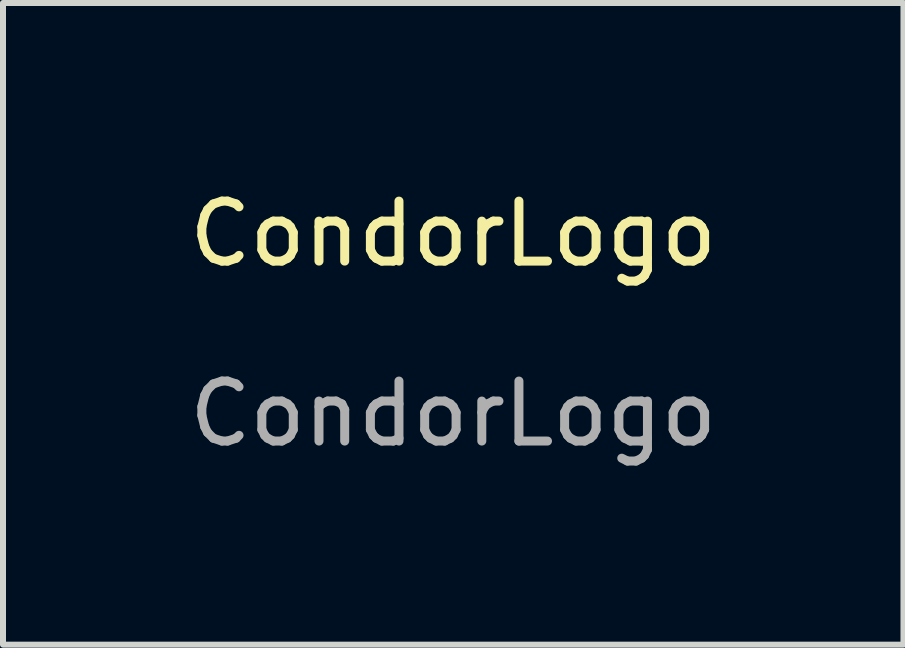
<source format=kicad_pcb>
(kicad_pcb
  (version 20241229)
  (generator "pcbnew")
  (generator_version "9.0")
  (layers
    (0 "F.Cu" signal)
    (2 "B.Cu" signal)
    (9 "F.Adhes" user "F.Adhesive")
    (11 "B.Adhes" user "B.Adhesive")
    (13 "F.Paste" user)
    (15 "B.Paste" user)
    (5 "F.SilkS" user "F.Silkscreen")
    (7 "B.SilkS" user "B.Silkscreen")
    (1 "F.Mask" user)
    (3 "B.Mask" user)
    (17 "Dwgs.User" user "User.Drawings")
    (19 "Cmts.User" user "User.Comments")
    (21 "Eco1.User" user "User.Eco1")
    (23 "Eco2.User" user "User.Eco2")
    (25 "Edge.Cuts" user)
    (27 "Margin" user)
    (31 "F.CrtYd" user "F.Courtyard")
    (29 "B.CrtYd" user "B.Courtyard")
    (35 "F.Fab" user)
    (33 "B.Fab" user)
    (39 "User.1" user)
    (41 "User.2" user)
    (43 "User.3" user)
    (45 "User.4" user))
  (footprint "CondorLogo"
    (layer "F.Cu")
    (at 4.506 1.348)
    (property "Reference" "CondorLogo" (at 0 -0.5 0) (unlocked yes) (layer "F.SilkS") (effects (font (size 1 1) (thickness 0.15))))
    (attr smd)
    (fp_text user "${REFERENCE}" (at 0 2.5 0) (unlocked yes) (layer "F.Fab") (effects (font (size 1 1) (thickness 0.15)))))
  (gr_rect
    (start -3 -3)
    (end 12.012 7.697)
    (stroke (width 0.1) (type default))
    (fill no)
    (layer "Edge.Cuts")))
</source>
